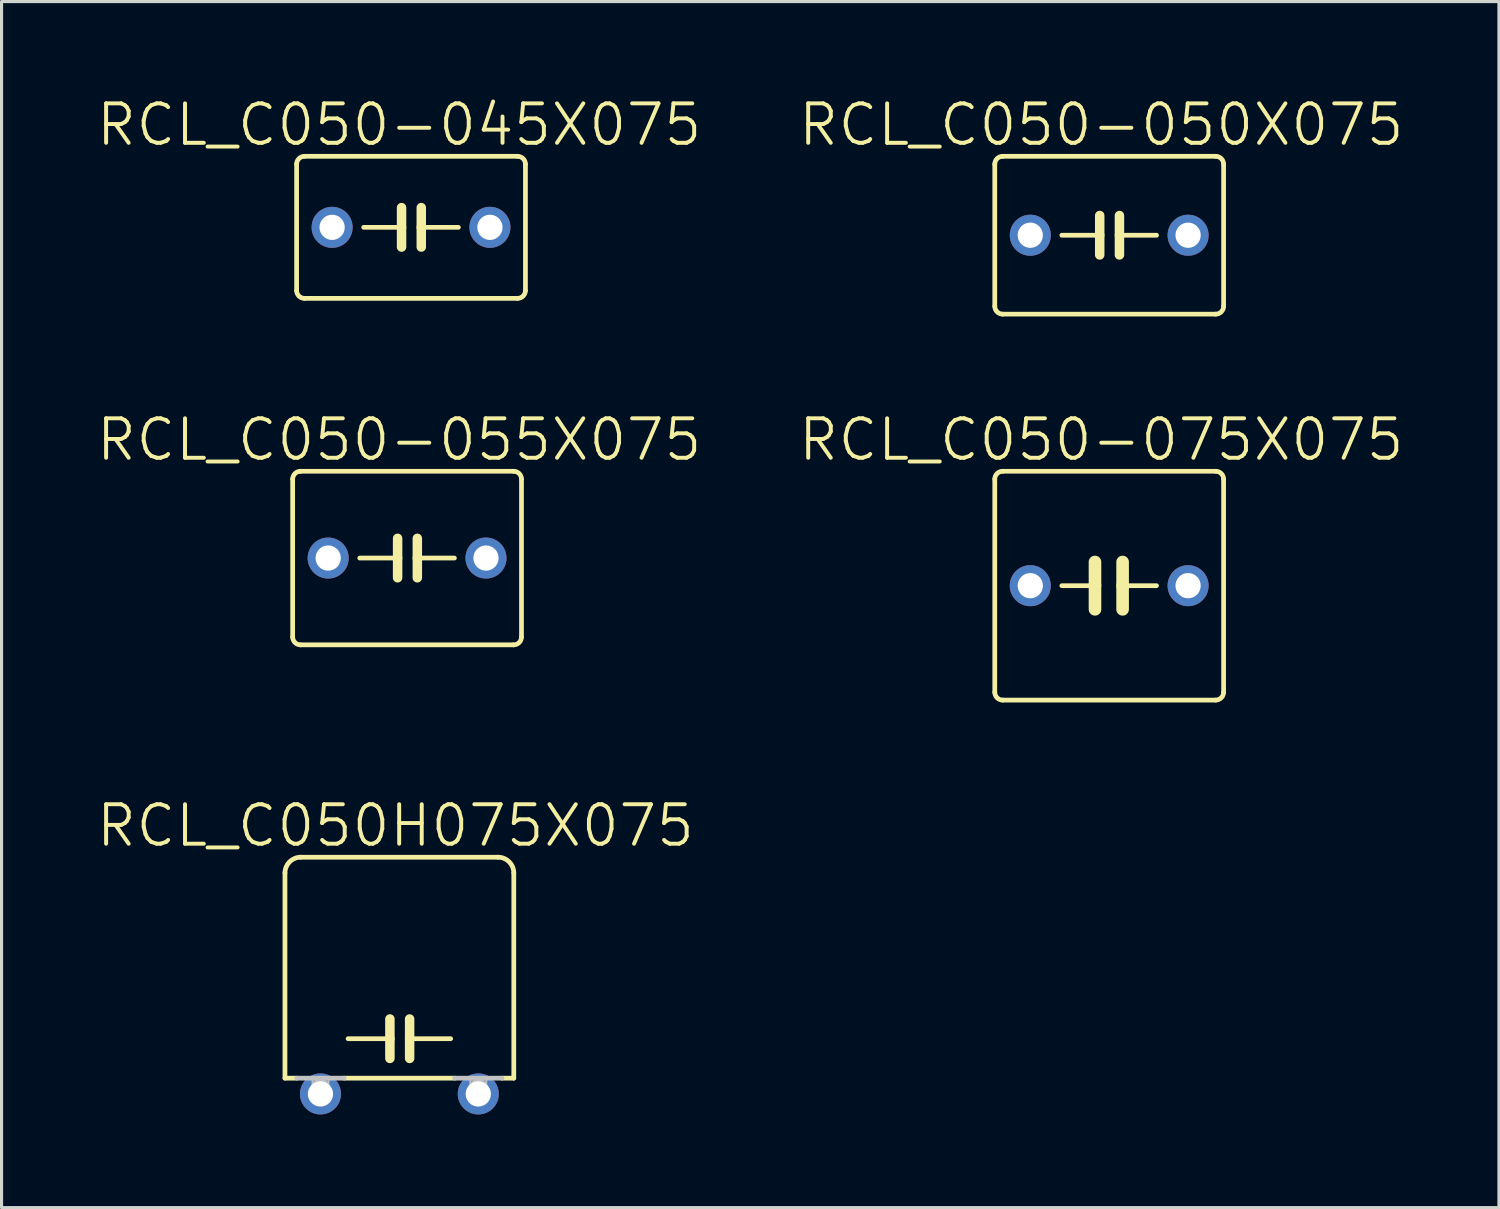
<source format=kicad_pcb>
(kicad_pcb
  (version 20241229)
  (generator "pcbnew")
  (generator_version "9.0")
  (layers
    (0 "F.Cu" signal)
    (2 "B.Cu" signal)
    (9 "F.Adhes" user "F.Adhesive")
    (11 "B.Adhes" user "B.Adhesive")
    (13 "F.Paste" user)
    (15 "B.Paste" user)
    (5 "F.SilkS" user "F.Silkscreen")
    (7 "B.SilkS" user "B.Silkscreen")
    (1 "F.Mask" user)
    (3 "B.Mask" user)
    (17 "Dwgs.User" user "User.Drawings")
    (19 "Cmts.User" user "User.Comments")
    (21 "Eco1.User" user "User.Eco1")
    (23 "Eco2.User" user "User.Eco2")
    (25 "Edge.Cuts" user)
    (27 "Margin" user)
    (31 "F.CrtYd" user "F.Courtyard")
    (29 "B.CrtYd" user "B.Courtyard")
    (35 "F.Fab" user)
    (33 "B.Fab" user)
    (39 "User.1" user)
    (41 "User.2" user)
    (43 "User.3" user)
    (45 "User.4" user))
  (footprint "RCL_C050-075X075"
    (layer "F.Cu")
    (at 32.655 15.803)
    (property "Reference" "RCL_C050-075X075" (at -0.254 -4.699 0) (layer "F.SilkS") (effects (font (size 1.27 1.27) (thickness 0.127))))
    (attr exclude_from_pos_files exclude_from_bom)
    (fp_line (start -3.683 -3.429) (end -3.683 3.429) (stroke (width 0.152) (type solid)) (layer "F.SilkS"))
    (fp_line (start -3.429 3.683) (end 3.429 3.683) (stroke (width 0.152) (type solid)) (layer "F.SilkS"))
    (fp_line (start -1.524 0) (end -0.457 0) (stroke (width 0.152) (type solid)) (layer "F.SilkS"))
    (fp_line (start -0.457 0) (end -0.457 -0.762) (stroke (width 0.406) (type solid)) (layer "F.SilkS"))
    (fp_line (start -0.457 0) (end -0.457 0.762) (stroke (width 0.406) (type solid)) (layer "F.SilkS"))
    (fp_line (start 0.432 -0.762) (end 0.432 0) (stroke (width 0.406) (type solid)) (layer "F.SilkS"))
    (fp_line (start 0.432 0) (end 0.432 0.762) (stroke (width 0.406) (type solid)) (layer "F.SilkS"))
    (fp_line (start 0.432 0) (end 1.524 0) (stroke (width 0.152) (type solid)) (layer "F.SilkS"))
    (fp_line (start 3.429 -3.683) (end -3.429 -3.683) (stroke (width 0.152) (type solid)) (layer "F.SilkS"))
    (fp_line (start 3.683 3.429) (end 3.683 -3.429) (stroke (width 0.152) (type solid)) (layer "F.SilkS"))
    (fp_arc (start -3.683 -3.429) (mid -3.608605 -3.608605) (end -3.429 -3.683) (stroke (width 0.1524) (type solid)) (layer "F.SilkS"))
    (fp_arc (start -3.429 3.683) (mid -3.608605 3.608605) (end -3.683 3.429) (stroke (width 0.1524) (type solid)) (layer "F.SilkS"))
    (fp_arc (start 3.429 -3.683) (mid 3.608605 -3.608605) (end 3.683 -3.429) (stroke (width 0.1524) (type solid)) (layer "F.SilkS"))
    (fp_arc (start 3.683 3.429) (mid 3.608605 3.608605) (end 3.429 3.683) (stroke (width 0.1524) (type solid)) (layer "F.SilkS"))
    (pad "1" thru_hole circle (at -2.54 0) (size 1.321 1.321) (drill 0.813) (layers "*.Cu" "*.Paste" "*.Mask"))
    (pad "2" thru_hole circle (at 2.54 0) (size 1.321 1.321) (drill 0.813) (layers "*.Cu" "*.Paste" "*.Mask")))
  (footprint "RCL_C050-045X075"
    (layer "F.Cu")
    (at 10.181 4.268)
    (property "Reference" "RCL_C050-045X075" (at -0.381 -3.302 0) (layer "F.SilkS") (effects (font (size 1.27 1.27) (thickness 0.127))))
    (attr exclude_from_pos_files exclude_from_bom)
    (fp_line (start -3.683 -2.032) (end -3.683 2.032) (stroke (width 0.152) (type solid)) (layer "F.SilkS"))
    (fp_line (start -3.429 2.286) (end 3.429 2.286) (stroke (width 0.152) (type solid)) (layer "F.SilkS"))
    (fp_line (start -0.305 -0.635) (end -0.305 0) (stroke (width 0.305) (type solid)) (layer "F.SilkS"))
    (fp_line (start -0.305 0) (end -1.524 0) (stroke (width 0.152) (type solid)) (layer "F.SilkS"))
    (fp_line (start -0.305 0) (end -0.305 0.635) (stroke (width 0.305) (type solid)) (layer "F.SilkS"))
    (fp_line (start 0.33 -0.635) (end 0.33 0) (stroke (width 0.305) (type solid)) (layer "F.SilkS"))
    (fp_line (start 0.33 0) (end 0.33 0.635) (stroke (width 0.305) (type solid)) (layer "F.SilkS"))
    (fp_line (start 0.33 0) (end 1.524 0) (stroke (width 0.152) (type solid)) (layer "F.SilkS"))
    (fp_line (start 3.429 -2.286) (end -3.429 -2.286) (stroke (width 0.152) (type solid)) (layer "F.SilkS"))
    (fp_line (start 3.683 2.032) (end 3.683 -2.032) (stroke (width 0.152) (type solid)) (layer "F.SilkS"))
    (fp_arc (start -3.683 -2.032) (mid -3.608605 -2.211605) (end -3.429 -2.286) (stroke (width 0.1524) (type solid)) (layer "F.SilkS"))
    (fp_arc (start -3.429 2.286) (mid -3.608605 2.211605) (end -3.683 2.032) (stroke (width 0.1524) (type solid)) (layer "F.SilkS"))
    (fp_arc (start 3.429 -2.286) (mid 3.608605 -2.211605) (end 3.683 -2.032) (stroke (width 0.1524) (type solid)) (layer "F.SilkS"))
    (fp_arc (start 3.683 2.032) (mid 3.608605 2.211605) (end 3.429 2.286) (stroke (width 0.1524) (type solid)) (layer "F.SilkS"))
    (pad "1" thru_hole circle (at -2.54 0) (size 1.321 1.321) (drill 0.813) (layers "*.Cu" "*.Paste" "*.Mask"))
    (pad "2" thru_hole circle (at 2.54 0) (size 1.321 1.321) (drill 0.813) (layers "*.Cu" "*.Paste" "*.Mask")))
  (footprint "RCL_C050-050X075"
    (layer "F.Cu")
    (at 32.655 4.522)
    (property "Reference" "RCL_C050-050X075" (at -0.254 -3.556 0) (layer "F.SilkS") (effects (font (size 1.27 1.27) (thickness 0.127))))
    (attr exclude_from_pos_files exclude_from_bom)
    (fp_line (start -3.683 -2.286) (end -3.683 2.286) (stroke (width 0.152) (type solid)) (layer "F.SilkS"))
    (fp_line (start -3.429 2.54) (end 3.429 2.54) (stroke (width 0.152) (type solid)) (layer "F.SilkS"))
    (fp_line (start -0.305 -0.635) (end -0.305 0) (stroke (width 0.305) (type solid)) (layer "F.SilkS"))
    (fp_line (start -0.305 0) (end -1.524 0) (stroke (width 0.152) (type solid)) (layer "F.SilkS"))
    (fp_line (start -0.305 0) (end -0.305 0.635) (stroke (width 0.305) (type solid)) (layer "F.SilkS"))
    (fp_line (start 0.33 -0.635) (end 0.33 0) (stroke (width 0.305) (type solid)) (layer "F.SilkS"))
    (fp_line (start 0.33 0) (end 0.33 0.635) (stroke (width 0.305) (type solid)) (layer "F.SilkS"))
    (fp_line (start 0.33 0) (end 1.524 0) (stroke (width 0.152) (type solid)) (layer "F.SilkS"))
    (fp_line (start 3.429 -2.54) (end -3.429 -2.54) (stroke (width 0.152) (type solid)) (layer "F.SilkS"))
    (fp_line (start 3.683 2.286) (end 3.683 -2.286) (stroke (width 0.152) (type solid)) (layer "F.SilkS"))
    (fp_arc (start -3.683 -2.286) (mid -3.608605 -2.465605) (end -3.429 -2.54) (stroke (width 0.1524) (type solid)) (layer "F.SilkS"))
    (fp_arc (start -3.429 2.54) (mid -3.608605 2.465605) (end -3.683 2.286) (stroke (width 0.1524) (type solid)) (layer "F.SilkS"))
    (fp_arc (start 3.429 -2.54) (mid 3.608605 -2.465605) (end 3.683 -2.286) (stroke (width 0.1524) (type solid)) (layer "F.SilkS"))
    (fp_arc (start 3.683 2.286) (mid 3.608605 2.465605) (end 3.429 2.54) (stroke (width 0.1524) (type solid)) (layer "F.SilkS"))
    (pad "1" thru_hole circle (at -2.54 0) (size 1.321 1.321) (drill 0.813) (layers "*.Cu" "*.Paste" "*.Mask"))
    (pad "2" thru_hole circle (at 2.54 0) (size 1.321 1.321) (drill 0.813) (layers "*.Cu" "*.Paste" "*.Mask")))
  (footprint "RCL_C050H075X075"
    (layer "F.Cu")
    (at 9.806 32.164)
    (property "Reference" "RCL_C050H075X075" (at -0.127 -8.636 0) (layer "F.SilkS") (effects (font (size 1.27 1.27) (thickness 0.127))))
    (attr exclude_from_pos_files exclude_from_bom)
    (fp_line (start -3.683 -7.112) (end -3.683 -0.508) (stroke (width 0.152) (type solid)) (layer "F.SilkS"))
    (fp_line (start -3.683 -0.508) (end -3.302 -0.508) (stroke (width 0.152) (type solid)) (layer "F.SilkS"))
    (fp_line (start -1.778 -0.508) (end 1.778 -0.508) (stroke (width 0.152) (type solid)) (layer "F.SilkS"))
    (fp_line (start -0.305 -2.413) (end -0.305 -1.778) (stroke (width 0.305) (type solid)) (layer "F.SilkS"))
    (fp_line (start -0.305 -1.778) (end -1.651 -1.778) (stroke (width 0.152) (type solid)) (layer "F.SilkS"))
    (fp_line (start -0.305 -1.778) (end -0.305 -1.143) (stroke (width 0.305) (type solid)) (layer "F.SilkS"))
    (fp_line (start 0.33 -2.413) (end 0.33 -1.778) (stroke (width 0.305) (type solid)) (layer "F.SilkS"))
    (fp_line (start 0.33 -1.778) (end 0.33 -1.143) (stroke (width 0.305) (type solid)) (layer "F.SilkS"))
    (fp_line (start 0.33 -1.778) (end 1.651 -1.778) (stroke (width 0.152) (type solid)) (layer "F.SilkS"))
    (fp_line (start 3.175 -7.62) (end -3.175 -7.62) (stroke (width 0.152) (type solid)) (layer "F.SilkS"))
    (fp_line (start 3.302 -0.508) (end 3.683 -0.508) (stroke (width 0.152) (type solid)) (layer "F.SilkS"))
    (fp_line (start 3.683 -0.508) (end 3.683 -7.112) (stroke (width 0.152) (type solid)) (layer "F.SilkS"))
    (fp_arc (start -3.683 -7.112) (mid -3.53421 -7.47121) (end -3.175 -7.62) (stroke (width 0.1524) (type solid)) (layer "F.SilkS"))
    (fp_arc (start 3.175 -7.62) (mid 3.53421 -7.47121) (end 3.683 -7.112) (stroke (width 0.1524) (type solid)) (layer "F.SilkS"))
    (fp_line (start -3.302 -0.508) (end -1.778 -0.508) (stroke (width 0.152) (type solid)) (layer "Dwgs.User"))
    (fp_line (start -2.794 -0.508) (end -2.286 -0.508) (stroke (width 0.066) (type solid)) (layer "Dwgs.User"))
    (fp_line (start -2.794 -0.127) (end -2.794 -0.508) (stroke (width 0.066) (type solid)) (layer "Dwgs.User"))
    (fp_line (start -2.794 -0.127) (end -2.286 -0.127) (stroke (width 0.066) (type solid)) (layer "Dwgs.User"))
    (fp_line (start -2.54 0) (end -2.54 -0.254) (stroke (width 0.508) (type solid)) (layer "Dwgs.User"))
    (fp_line (start -2.286 -0.127) (end -2.286 -0.508) (stroke (width 0.066) (type solid)) (layer "Dwgs.User"))
    (fp_line (start 1.778 -0.508) (end 3.302 -0.508) (stroke (width 0.152) (type solid)) (layer "Dwgs.User"))
    (fp_line (start 2.286 -0.508) (end 2.794 -0.508) (stroke (width 0.066) (type solid)) (layer "Dwgs.User"))
    (fp_line (start 2.286 -0.127) (end 2.286 -0.508) (stroke (width 0.066) (type solid)) (layer "Dwgs.User"))
    (fp_line (start 2.286 -0.127) (end 2.794 -0.127) (stroke (width 0.066) (type solid)) (layer "Dwgs.User"))
    (fp_line (start 2.54 0) (end 2.54 -0.254) (stroke (width 0.508) (type solid)) (layer "Dwgs.User"))
    (fp_line (start 2.794 -0.127) (end 2.794 -0.508) (stroke (width 0.066) (type solid)) (layer "Dwgs.User"))
    (pad "1" thru_hole circle (at -2.54 0) (size 1.321 1.321) (drill 0.813) (layers "*.Cu" "*.Paste" "*.Mask"))
    (pad "2" thru_hole circle (at 2.54 0) (size 1.321 1.321) (drill 0.813) (layers "*.Cu" "*.Paste" "*.Mask")))
  (footprint "RCL_C050-055X075"
    (layer "F.Cu")
    (at 10.054 14.914)
    (property "Reference" "RCL_C050-055X075" (at -0.254 -3.81 0) (layer "F.SilkS") (effects (font (size 1.27 1.27) (thickness 0.127))))
    (attr exclude_from_pos_files exclude_from_bom)
    (fp_line (start -3.683 -2.54) (end -3.683 2.54) (stroke (width 0.152) (type solid)) (layer "F.SilkS"))
    (fp_line (start -3.429 2.794) (end 3.429 2.794) (stroke (width 0.152) (type solid)) (layer "F.SilkS"))
    (fp_line (start -0.305 -0.635) (end -0.305 0) (stroke (width 0.305) (type solid)) (layer "F.SilkS"))
    (fp_line (start -0.305 0) (end -1.524 0) (stroke (width 0.152) (type solid)) (layer "F.SilkS"))
    (fp_line (start -0.305 0) (end -0.305 0.635) (stroke (width 0.305) (type solid)) (layer "F.SilkS"))
    (fp_line (start 0.33 -0.635) (end 0.33 0) (stroke (width 0.305) (type solid)) (layer "F.SilkS"))
    (fp_line (start 0.33 0) (end 0.33 0.635) (stroke (width 0.305) (type solid)) (layer "F.SilkS"))
    (fp_line (start 0.33 0) (end 1.524 0) (stroke (width 0.152) (type solid)) (layer "F.SilkS"))
    (fp_line (start 3.429 -2.794) (end -3.429 -2.794) (stroke (width 0.152) (type solid)) (layer "F.SilkS"))
    (fp_line (start 3.683 2.54) (end 3.683 -2.54) (stroke (width 0.152) (type solid)) (layer "F.SilkS"))
    (fp_arc (start -3.683 -2.54) (mid -3.608605 -2.719605) (end -3.429 -2.794) (stroke (width 0.1524) (type solid)) (layer "F.SilkS"))
    (fp_arc (start -3.429 2.794) (mid -3.608605 2.719605) (end -3.683 2.54) (stroke (width 0.1524) (type solid)) (layer "F.SilkS"))
    (fp_arc (start 3.429 -2.794) (mid 3.608605 -2.719605) (end 3.683 -2.54) (stroke (width 0.1524) (type solid)) (layer "F.SilkS"))
    (fp_arc (start 3.683 2.54) (mid 3.608605 2.719605) (end 3.429 2.794) (stroke (width 0.1524) (type solid)) (layer "F.SilkS"))
    (pad "1" thru_hole circle (at -2.54 0) (size 1.321 1.321) (drill 0.813) (layers "*.Cu" "*.Paste" "*.Mask"))
    (pad "2" thru_hole circle (at 2.54 0) (size 1.321 1.321) (drill 0.813) (layers "*.Cu" "*.Paste" "*.Mask")))
  (gr_rect
    (start -3 -3)
    (end 45.201 35.824)
    (stroke (width 0.1) (type default))
    (fill no)
    (layer "Edge.Cuts")))
</source>
